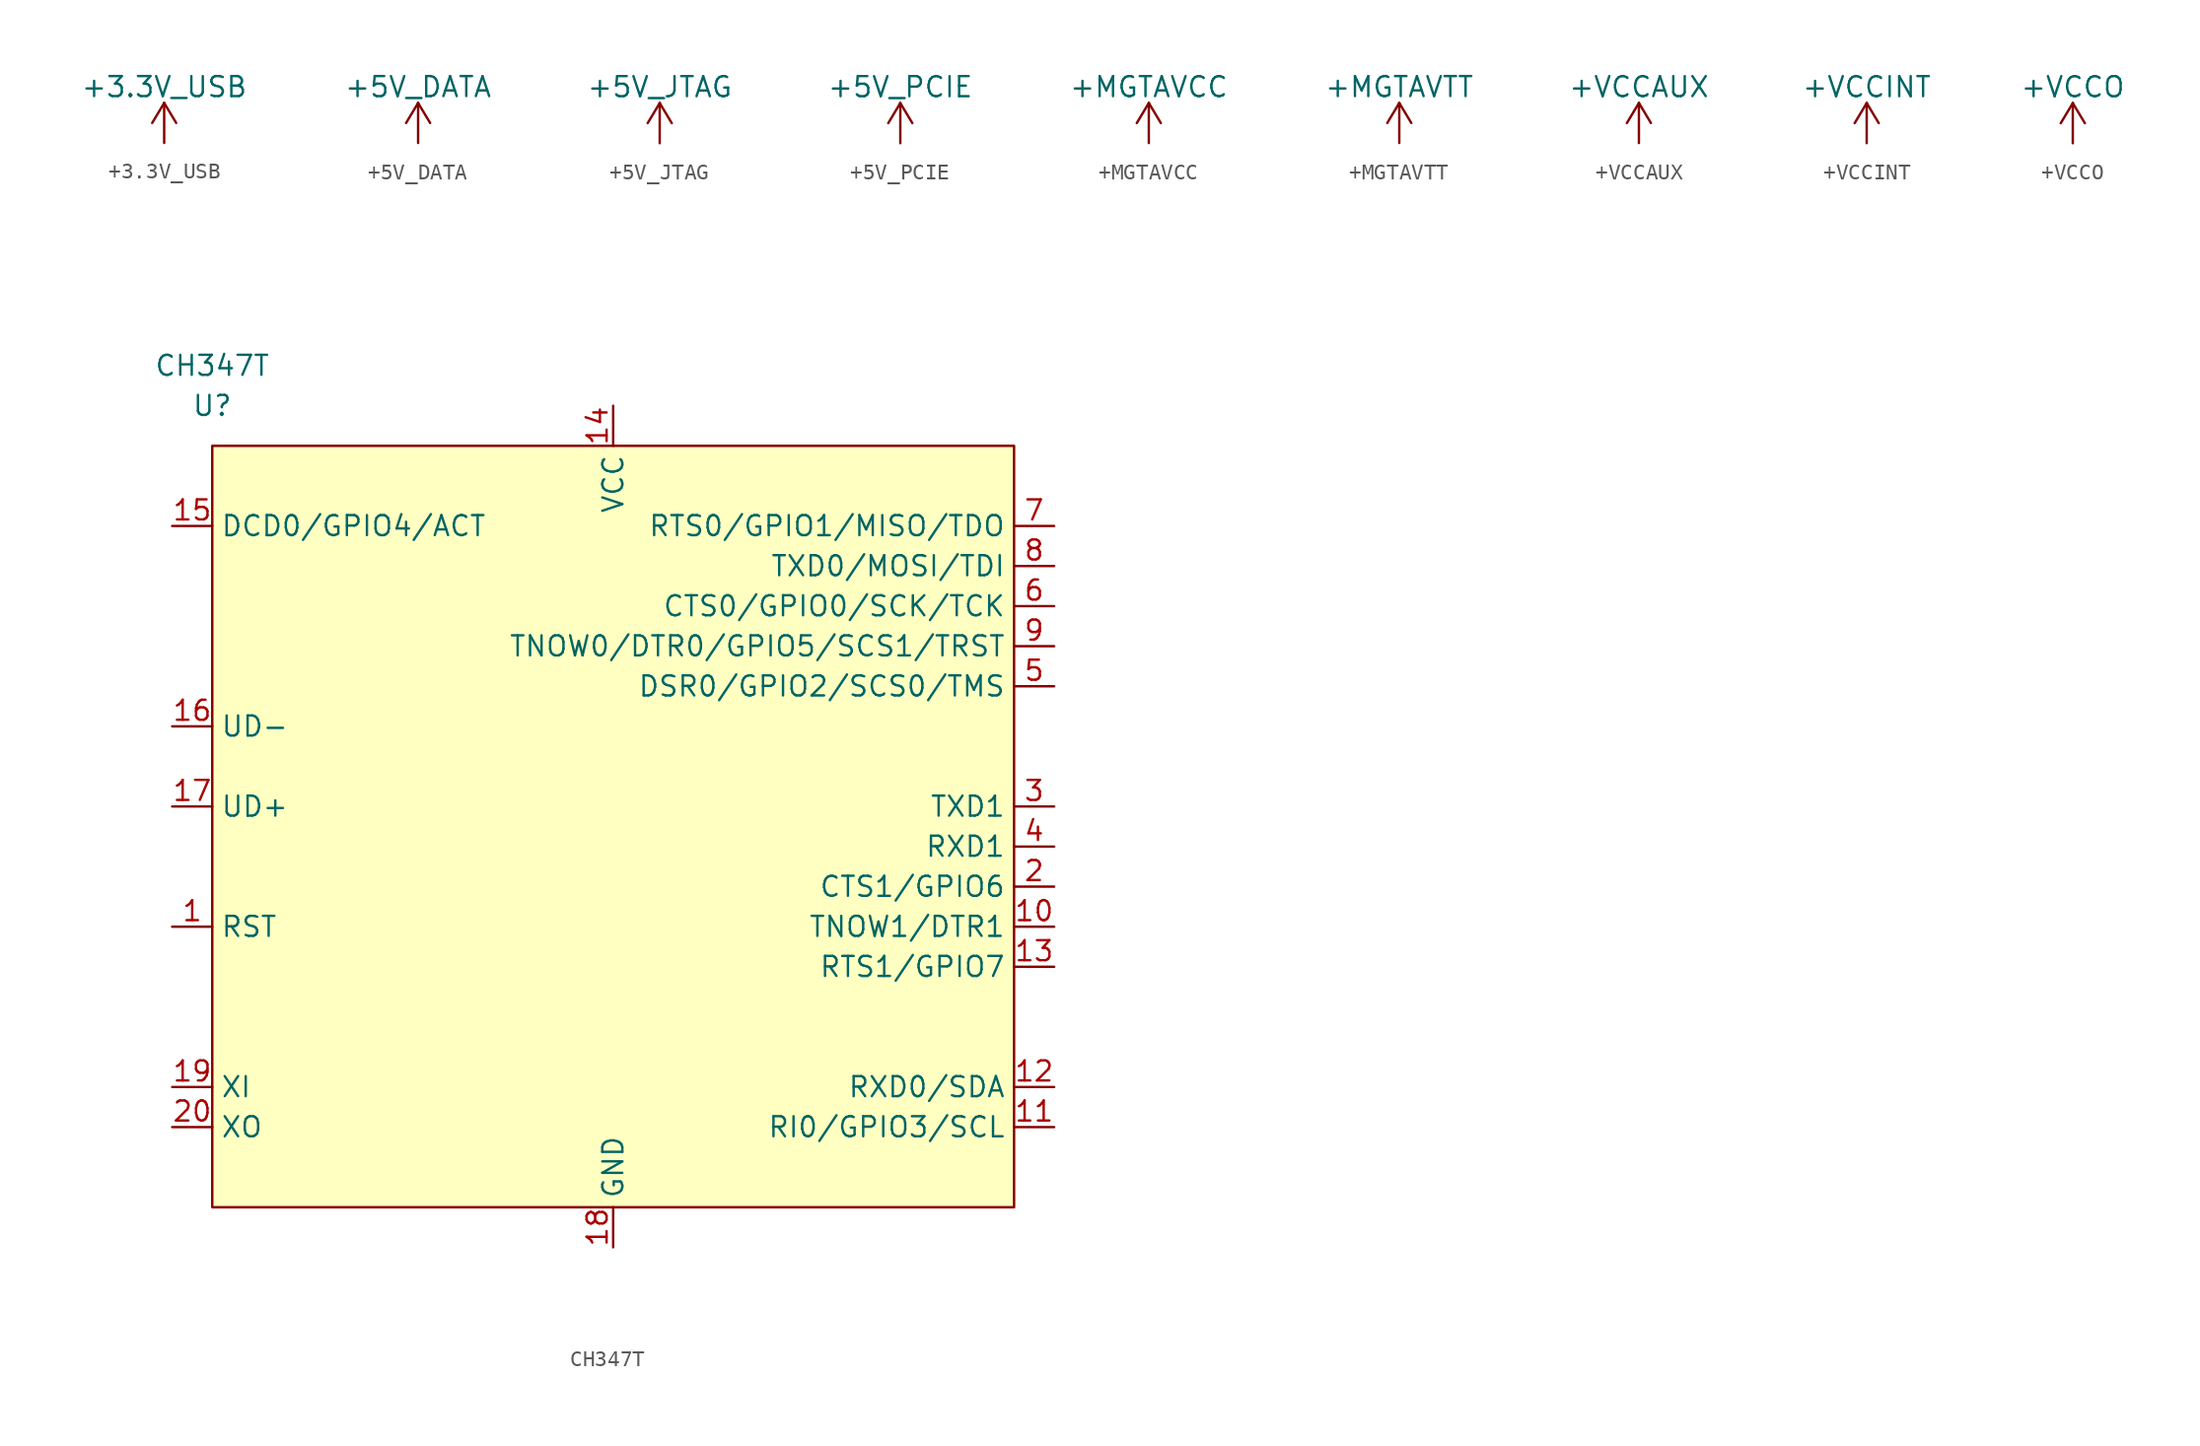
<source format=kicad_sym>
(kicad_symbol_lib
  (version 20220914)
  (generator kicad_symbol_editor)
  (symbol "+3.3V_USB"
    (power)
    (pin_names
      (offset 0))
    (property "Reference" "#PWR"
      (at 0 -3.81 0)
      (effects (font (size 1.27 1.27)) hide))
    (property "Value" "+3.3V_USB"
      (at 0 3.556 0)
      (effects (font (size 1.27 1.27))))
    (symbol "+3.3V_USB_0_1"
      (polyline (pts (xy -0.762 1.27) (xy 0 2.54)) (stroke (width 0) (type default)) (fill (type none)))
      (polyline (pts (xy 0 0) (xy 0 2.54)) (stroke (width 0) (type default)) (fill (type none)))
      (polyline (pts (xy 0 2.54) (xy 0.762 1.27)) (stroke (width 0) (type default)) (fill (type none))))
    (symbol "+3.3V_USB_1_1"
      (pin power_in line (at 0 0 90) (length 0) hide (name "+3.3V_USB" (effects (font (size 1.27 1.27)))) (number "1" (effects (font (size 1.27 1.27)))))))
  (symbol "+5V_DATA"
    (power)
    (pin_names
      (offset 0))
    (property "Reference" "#PWR"
      (at 0 -3.81 0)
      (effects (font (size 1.27 1.27)) hide))
    (property "Value" "+5V_DATA"
      (at 0 3.556 0)
      (effects (font (size 1.27 1.27))))
    (symbol "+5V_DATA_0_1"
      (polyline (pts (xy -0.762 1.27) (xy 0 2.54)) (stroke (width 0) (type default)) (fill (type none)))
      (polyline (pts (xy 0 0) (xy 0 2.54)) (stroke (width 0) (type default)) (fill (type none)))
      (polyline (pts (xy 0 2.54) (xy 0.762 1.27)) (stroke (width 0) (type default)) (fill (type none))))
    (symbol "+5V_DATA_1_1"
      (pin power_in line (at 0 0 90) (length 0) hide (name "+5V_DATA" (effects (font (size 1.27 1.27)))) (number "1" (effects (font (size 1.27 1.27)))))))
  (symbol "+5V_JTAG"
    (power)
    (pin_names
      (offset 0))
    (property "Reference" "#PWR"
      (at 0 -3.81 0)
      (effects (font (size 1.27 1.27)) hide))
    (property "Value" "+5V_JTAG"
      (at 0 3.556 0)
      (effects (font (size 1.27 1.27))))
    (symbol "+5V_JTAG_0_1"
      (polyline (pts (xy -0.762 1.27) (xy 0 2.54)) (stroke (width 0) (type default)) (fill (type none)))
      (polyline (pts (xy 0 0) (xy 0 2.54)) (stroke (width 0) (type default)) (fill (type none)))
      (polyline (pts (xy 0 2.54) (xy 0.762 1.27)) (stroke (width 0) (type default)) (fill (type none))))
    (symbol "+5V_JTAG_1_1"
      (pin power_in line (at 0 0 90) (length 0) hide (name "+5V_JTAG" (effects (font (size 1.27 1.27)))) (number "1" (effects (font (size 1.27 1.27)))))))
  (symbol "+5V_PCIE"
    (power)
    (pin_names
      (offset 0))
    (property "Reference" "#PWR"
      (at 0 -3.81 0)
      (effects (font (size 1.27 1.27)) hide))
    (property "Value" "+5V_PCIE"
      (at 0 3.556 0)
      (effects (font (size 1.27 1.27))))
    (symbol "+5V_PCIE_0_1"
      (polyline (pts (xy -0.762 1.27) (xy 0 2.54)) (stroke (width 0) (type default)) (fill (type none)))
      (polyline (pts (xy 0 0) (xy 0 2.54)) (stroke (width 0) (type default)) (fill (type none)))
      (polyline (pts (xy 0 2.54) (xy 0.762 1.27)) (stroke (width 0) (type default)) (fill (type none))))
    (symbol "+5V_PCIE_1_1"
      (pin power_in line (at 0 0 90) (length 0) hide (name "+5V_PCIE" (effects (font (size 1.27 1.27)))) (number "1" (effects (font (size 1.27 1.27)))))))
  (symbol "+MGTAVCC"
    (power)
    (pin_names
      (offset 0))
    (property "Reference" "#PWR"
      (at 0 -3.81 0)
      (effects (font (size 1.27 1.27)) hide))
    (property "Value" "+MGTAVCC"
      (at 0 3.556 0)
      (effects (font (size 1.27 1.27))))
    (symbol "+MGTAVCC_0_1"
      (polyline (pts (xy -0.762 1.27) (xy 0 2.54)) (stroke (width 0) (type default)) (fill (type none)))
      (polyline (pts (xy 0 0) (xy 0 2.54)) (stroke (width 0) (type default)) (fill (type none)))
      (polyline (pts (xy 0 2.54) (xy 0.762 1.27)) (stroke (width 0) (type default)) (fill (type none))))
    (symbol "+MGTAVCC_1_1"
      (pin power_in line (at 0 0 90) (length 0) hide (name "+MGTAVCC" (effects (font (size 1.27 1.27)))) (number "1" (effects (font (size 1.27 1.27)))))))
  (symbol "+MGTAVTT"
    (power)
    (pin_names
      (offset 0))
    (property "Reference" "#PWR"
      (at 0 -3.81 0)
      (effects (font (size 1.27 1.27)) hide))
    (property "Value" "+MGTAVTT"
      (at 0 3.556 0)
      (effects (font (size 1.27 1.27))))
    (symbol "+MGTAVTT_0_1"
      (polyline (pts (xy -0.762 1.27) (xy 0 2.54)) (stroke (width 0) (type default)) (fill (type none)))
      (polyline (pts (xy 0 0) (xy 0 2.54)) (stroke (width 0) (type default)) (fill (type none)))
      (polyline (pts (xy 0 2.54) (xy 0.762 1.27)) (stroke (width 0) (type default)) (fill (type none))))
    (symbol "+MGTAVTT_1_1"
      (pin power_in line (at 0 0 90) (length 0) hide (name "+MGTAVTT" (effects (font (size 1.27 1.27)))) (number "1" (effects (font (size 1.27 1.27)))))))
  (symbol "+VCCAUX"
    (power)
    (pin_names
      (offset 0))
    (property "Reference" "#PWR"
      (at 0 -3.81 0)
      (effects (font (size 1.27 1.27)) hide))
    (property "Value" "+VCCAUX"
      (at 0 3.556 0)
      (effects (font (size 1.27 1.27))))
    (symbol "+VCCAUX_0_1"
      (polyline (pts (xy -0.762 1.27) (xy 0 2.54)) (stroke (width 0) (type default)) (fill (type none)))
      (polyline (pts (xy 0 0) (xy 0 2.54)) (stroke (width 0) (type default)) (fill (type none)))
      (polyline (pts (xy 0 2.54) (xy 0.762 1.27)) (stroke (width 0) (type default)) (fill (type none))))
    (symbol "+VCCAUX_1_1"
      (pin power_in line (at 0 0 90) (length 0) hide (name "+VCCAUX" (effects (font (size 1.27 1.27)))) (number "1" (effects (font (size 1.27 1.27)))))))
  (symbol "+VCCINT"
    (power)
    (pin_names
      (offset 0))
    (property "Reference" "#PWR"
      (at 0 -3.81 0)
      (effects (font (size 1.27 1.27)) hide))
    (property "Value" "+VCCINT"
      (at 0 3.556 0)
      (effects (font (size 1.27 1.27))))
    (symbol "+VCCINT_0_1"
      (polyline (pts (xy -0.762 1.27) (xy 0 2.54)) (stroke (width 0) (type default)) (fill (type none)))
      (polyline (pts (xy 0 0) (xy 0 2.54)) (stroke (width 0) (type default)) (fill (type none)))
      (polyline (pts (xy 0 2.54) (xy 0.762 1.27)) (stroke (width 0) (type default)) (fill (type none))))
    (symbol "+VCCINT_1_1"
      (pin power_in line (at 0 0 90) (length 0) hide (name "+VCCINT" (effects (font (size 1.27 1.27)))) (number "1" (effects (font (size 1.27 1.27)))))))
  (symbol "+VCCO"
    (power)
    (pin_names
      (offset 0))
    (property "Reference" "#PWR"
      (at 0 -3.81 0)
      (effects (font (size 1.27 1.27)) hide))
    (property "Value" "+VCCO"
      (at 0 3.556 0)
      (effects (font (size 1.27 1.27))))
    (symbol "+VCCO_0_1"
      (polyline (pts (xy -0.762 1.27) (xy 0 2.54)) (stroke (width 0) (type default)) (fill (type none)))
      (polyline (pts (xy 0 0) (xy 0 2.54)) (stroke (width 0) (type default)) (fill (type none)))
      (polyline (pts (xy 0 2.54) (xy 0.762 1.27)) (stroke (width 0) (type default)) (fill (type none))))
    (symbol "+VCCO_1_1"
      (pin power_in line (at 0 0 90) (length 0) hide (name "+VCCO" (effects (font (size 1.27 1.27)))) (number "1" (effects (font (size 1.27 1.27)))))))
  (symbol "CH347T"
    (property "Reference" "U"
      (at 0 2.54 0)
      (effects (font (size 1.27 1.27))))
    (property "Value" "CH347T"
      (at 0 5.08 0)
      (effects (font (size 1.27 1.27))))
    (symbol "CH347T_0_1"
      (rectangle (start 0 0) (end 50.8 -48.26) (stroke (width 0) (type default)) (fill (type background))))
    (symbol "CH347T_1_1"
      (pin input line (at -2.54 -30.48 0) (length 2.54) (name "RST" (effects (font (size 1.27 1.27)))) (number "1" (effects (font (size 1.27 1.27)))))
      (pin bidirectional line (at 53.34 -30.48 180) (length 2.54) (name "TNOW1/DTR1" (effects (font (size 1.27 1.27)))) (number "10" (effects (font (size 1.27 1.27)))))
      (pin bidirectional line (at 53.34 -43.18 180) (length 2.54) (name "RI0/GPIO3/SCL" (effects (font (size 1.27 1.27)))) (number "11" (effects (font (size 1.27 1.27)))))
      (pin bidirectional line (at 53.34 -40.64 180) (length 2.54) (name "RXD0/SDA" (effects (font (size 1.27 1.27)))) (number "12" (effects (font (size 1.27 1.27)))))
      (pin bidirectional line (at 53.34 -33.02 180) (length 2.54) (name "RTS1/GPIO7" (effects (font (size 1.27 1.27)))) (number "13" (effects (font (size 1.27 1.27)))))
      (pin power_in line (at 25.4 2.54 270) (length 2.54) (name "VCC" (effects (font (size 1.27 1.27)))) (number "14" (effects (font (size 1.27 1.27)))))
      (pin bidirectional line (at -2.54 -5.08 0) (length 2.54) (name "DCD0/GPIO4/ACT" (effects (font (size 1.27 1.27)))) (number "15" (effects (font (size 1.27 1.27)))))
      (pin bidirectional line (at -2.54 -17.78 0) (length 2.54) (name "UD-" (effects (font (size 1.27 1.27)))) (number "16" (effects (font (size 1.27 1.27)))))
      (pin bidirectional line (at -2.54 -22.86 0) (length 2.54) (name "UD+" (effects (font (size 1.27 1.27)))) (number "17" (effects (font (size 1.27 1.27)))))
      (pin power_in line (at 25.4 -50.8 90) (length 2.54) (name "GND" (effects (font (size 1.27 1.27)))) (number "18" (effects (font (size 1.27 1.27)))))
      (pin input line (at -2.54 -40.64 0) (length 2.54) (name "XI" (effects (font (size 1.27 1.27)))) (number "19" (effects (font (size 1.27 1.27)))))
      (pin bidirectional line (at 53.34 -27.94 180) (length 2.54) (name "CTS1/GPIO6" (effects (font (size 1.27 1.27)))) (number "2" (effects (font (size 1.27 1.27)))))
      (pin output line (at -2.54 -43.18 0) (length 2.54) (name "XO" (effects (font (size 1.27 1.27)))) (number "20" (effects (font (size 1.27 1.27)))))
      (pin output line (at 53.34 -22.86 180) (length 2.54) (name "TXD1" (effects (font (size 1.27 1.27)))) (number "3" (effects (font (size 1.27 1.27)))))
      (pin input line (at 53.34 -25.4 180) (length 2.54) (name "RXD1" (effects (font (size 1.27 1.27)))) (number "4" (effects (font (size 1.27 1.27)))))
      (pin bidirectional line (at 53.34 -15.24 180) (length 2.54) (name "DSR0/GPIO2/SCS0/TMS" (effects (font (size 1.27 1.27)))) (number "5" (effects (font (size 1.27 1.27)))))
      (pin bidirectional line (at 53.34 -10.16 180) (length 2.54) (name "CTS0/GPIO0/SCK/TCK" (effects (font (size 1.27 1.27)))) (number "6" (effects (font (size 1.27 1.27)))))
      (pin bidirectional line (at 53.34 -5.08 180) (length 2.54) (name "RTS0/GPIO1/MISO/TDO" (effects (font (size 1.27 1.27)))) (number "7" (effects (font (size 1.27 1.27)))))
      (pin bidirectional line (at 53.34 -7.62 180) (length 2.54) (name "TXD0/MOSI/TDI" (effects (font (size 1.27 1.27)))) (number "8" (effects (font (size 1.27 1.27)))))
      (pin bidirectional line (at 53.34 -12.7 180) (length 2.54) (name "TNOW0/DTR0/GPIO5/SCS1/TRST" (effects (font (size 1.27 1.27)))) (number "9" (effects (font (size 1.27 1.27))))))))
</source>
